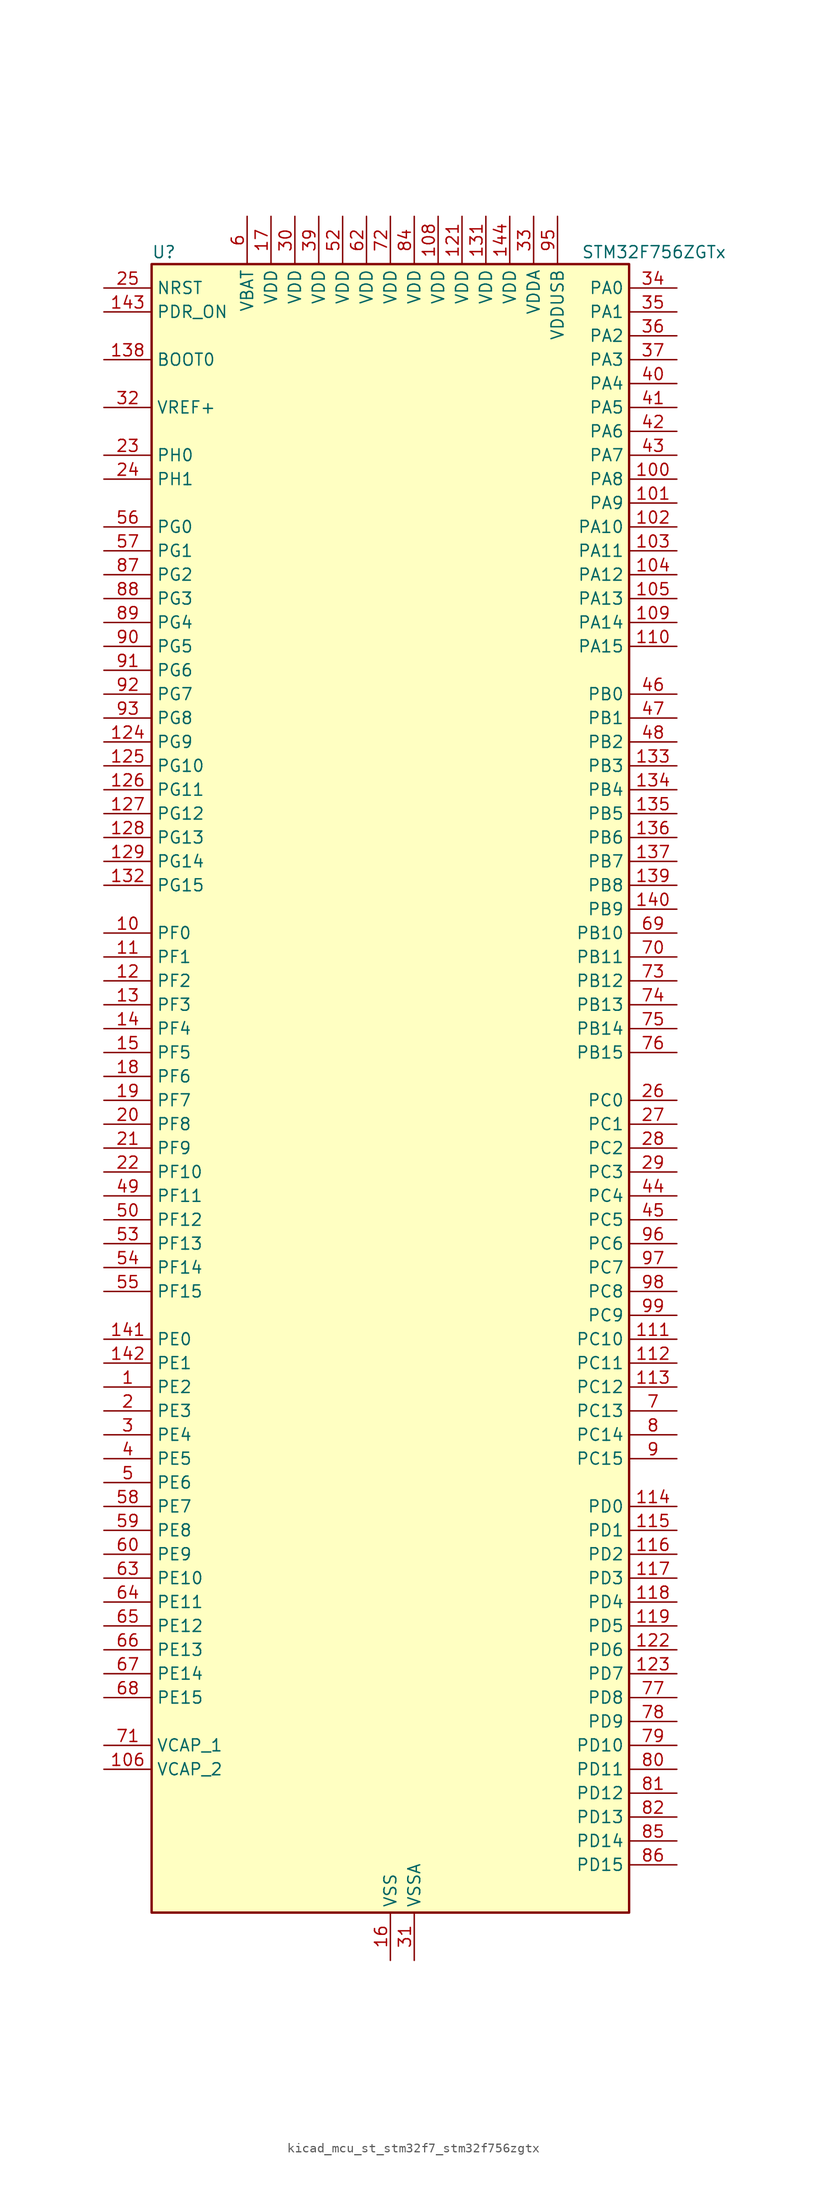
<source format=kicad_sym>
(kicad_symbol_lib
  (version 20220914)
  (generator kicad_symbol_editor)
  (symbol "kicad_mcu_st_stm32f7_stm32f756zgtx"
    (property "Reference" "U"
      (at -25.4 90.17 0)
      (effects (font (size 1.27 1.27)) (justify left)))
    (property "Value" "STM32F756ZGTx"
      (at 20.32 90.17 0)
      (effects (font (size 1.27 1.27)) (justify left)))
    (property "ki_locked" ""
      (at 0 0 0)
      (effects (font (size 1.27 1.27))))
    (symbol "kicad_mcu_st_stm32f7_stm32f756zgtx_0_1"
      (rectangle (start -25.4 -86.36) (end 25.4 88.9) (stroke (width 0.254) (type default)) (fill (type background))))
    (symbol "kicad_mcu_st_stm32f7_stm32f756zgtx_1_1"
      (pin bidirectional line (at -30.48 -30.48 0) (length 5.08) (name "PE2" (effects (font (size 1.27 1.27)))) (number "1" (effects (font (size 1.27 1.27)))) (alternate "ETH_TXD3" bidirectional line) (alternate "FMC_A23" bidirectional line) (alternate "QUADSPI_BK1_IO2" bidirectional line) (alternate "SAI1_MCLK_A" bidirectional line) (alternate "SPI4_SCK" bidirectional line) (alternate "SYS_TRACECLK" bidirectional line))
      (pin bidirectional line (at -30.48 17.78 0) (length 5.08) (name "PF0" (effects (font (size 1.27 1.27)))) (number "10" (effects (font (size 1.27 1.27)))) (alternate "FMC_A0" bidirectional line) (alternate "I2C2_SDA" bidirectional line))
      (pin bidirectional line (at 30.48 66.04 180) (length 5.08) (name "PA8" (effects (font (size 1.27 1.27)))) (number "100" (effects (font (size 1.27 1.27)))) (alternate "I2C3_SCL" bidirectional line) (alternate "LTDC_R6" bidirectional line) (alternate "RCC_MCO_1" bidirectional line) (alternate "TIM1_CH1" bidirectional line) (alternate "TIM8_BKIN2" bidirectional line) (alternate "USART1_CK" bidirectional line) (alternate "USB_OTG_FS_SOF" bidirectional line))
      (pin bidirectional line (at 30.48 63.5 180) (length 5.08) (name "PA9" (effects (font (size 1.27 1.27)))) (number "101" (effects (font (size 1.27 1.27)))) (alternate "DAC_EXTI9" bidirectional line) (alternate "DCMI_D0" bidirectional line) (alternate "I2C3_SMBA" bidirectional line) (alternate "I2S2_CK" bidirectional line) (alternate "SPI2_SCK" bidirectional line) (alternate "TIM1_CH2" bidirectional line) (alternate "USART1_TX" bidirectional line) (alternate "USB_OTG_FS_VBUS" bidirectional line))
      (pin bidirectional line (at 30.48 60.96 180) (length 5.08) (name "PA10" (effects (font (size 1.27 1.27)))) (number "102" (effects (font (size 1.27 1.27)))) (alternate "DCMI_D1" bidirectional line) (alternate "TIM1_CH3" bidirectional line) (alternate "USART1_RX" bidirectional line) (alternate "USB_OTG_FS_ID" bidirectional line))
      (pin bidirectional line (at 30.48 58.42 180) (length 5.08) (name "PA11" (effects (font (size 1.27 1.27)))) (number "103" (effects (font (size 1.27 1.27)))) (alternate "ADC1_EXTI11" bidirectional line) (alternate "ADC2_EXTI11" bidirectional line) (alternate "ADC3_EXTI11" bidirectional line) (alternate "CAN1_RX" bidirectional line) (alternate "LTDC_R4" bidirectional line) (alternate "TIM1_CH4" bidirectional line) (alternate "USART1_CTS" bidirectional line) (alternate "USB_OTG_FS_DM" bidirectional line))
      (pin bidirectional line (at 30.48 55.88 180) (length 5.08) (name "PA12" (effects (font (size 1.27 1.27)))) (number "104" (effects (font (size 1.27 1.27)))) (alternate "CAN1_TX" bidirectional line) (alternate "LTDC_R5" bidirectional line) (alternate "SAI2_FS_B" bidirectional line) (alternate "TIM1_ETR" bidirectional line) (alternate "USART1_DE" bidirectional line) (alternate "USART1_RTS" bidirectional line) (alternate "USB_OTG_FS_DP" bidirectional line))
      (pin bidirectional line (at 30.48 53.34 180) (length 5.08) (name "PA13" (effects (font (size 1.27 1.27)))) (number "105" (effects (font (size 1.27 1.27)))) (alternate "SYS_JTMS-SWDIO" bidirectional line))
      (pin power_out line (at -30.48 -71.12 0) (length 5.08) (name "VCAP_2" (effects (font (size 1.27 1.27)))) (number "106" (effects (font (size 1.27 1.27)))))
      (pin passive line (at 0 -91.44 90) (length 5.08) hide (name "VSS" (effects (font (size 1.27 1.27)))) (number "107" (effects (font (size 1.27 1.27)))))
      (pin power_in line (at 5.08 93.98 270) (length 5.08) (name "VDD" (effects (font (size 1.27 1.27)))) (number "108" (effects (font (size 1.27 1.27)))))
      (pin bidirectional line (at 30.48 50.8 180) (length 5.08) (name "PA14" (effects (font (size 1.27 1.27)))) (number "109" (effects (font (size 1.27 1.27)))) (alternate "SYS_JTCK-SWCLK" bidirectional line))
      (pin bidirectional line (at -30.48 15.24 0) (length 5.08) (name "PF1" (effects (font (size 1.27 1.27)))) (number "11" (effects (font (size 1.27 1.27)))) (alternate "FMC_A1" bidirectional line) (alternate "I2C2_SCL" bidirectional line))
      (pin bidirectional line (at 30.48 48.26 180) (length 5.08) (name "PA15" (effects (font (size 1.27 1.27)))) (number "110" (effects (font (size 1.27 1.27)))) (alternate "CEC" bidirectional line) (alternate "I2S1_WS" bidirectional line) (alternate "I2S3_WS" bidirectional line) (alternate "SPI1_NSS" bidirectional line) (alternate "SPI3_NSS" bidirectional line) (alternate "SYS_JTDI" bidirectional line) (alternate "TIM2_CH1" bidirectional line) (alternate "TIM2_ETR" bidirectional line) (alternate "UART4_DE" bidirectional line) (alternate "UART4_RTS" bidirectional line))
      (pin bidirectional line (at 30.48 -25.4 180) (length 5.08) (name "PC10" (effects (font (size 1.27 1.27)))) (number "111" (effects (font (size 1.27 1.27)))) (alternate "DCMI_D8" bidirectional line) (alternate "I2S3_CK" bidirectional line) (alternate "LTDC_R2" bidirectional line) (alternate "QUADSPI_BK1_IO1" bidirectional line) (alternate "SDMMC1_D2" bidirectional line) (alternate "SPI3_SCK" bidirectional line) (alternate "UART4_TX" bidirectional line) (alternate "USART3_TX" bidirectional line))
      (pin bidirectional line (at 30.48 -27.94 180) (length 5.08) (name "PC11" (effects (font (size 1.27 1.27)))) (number "112" (effects (font (size 1.27 1.27)))) (alternate "ADC1_EXTI11" bidirectional line) (alternate "ADC2_EXTI11" bidirectional line) (alternate "ADC3_EXTI11" bidirectional line) (alternate "DCMI_D4" bidirectional line) (alternate "QUADSPI_BK2_NCS" bidirectional line) (alternate "SDMMC1_D3" bidirectional line) (alternate "SPI3_MISO" bidirectional line) (alternate "UART4_RX" bidirectional line) (alternate "USART3_RX" bidirectional line))
      (pin bidirectional line (at 30.48 -30.48 180) (length 5.08) (name "PC12" (effects (font (size 1.27 1.27)))) (number "113" (effects (font (size 1.27 1.27)))) (alternate "DCMI_D9" bidirectional line) (alternate "I2S3_SD" bidirectional line) (alternate "SDMMC1_CK" bidirectional line) (alternate "SPI3_MOSI" bidirectional line) (alternate "SYS_TRACED3" bidirectional line) (alternate "UART5_TX" bidirectional line) (alternate "USART3_CK" bidirectional line))
      (pin bidirectional line (at 30.48 -43.18 180) (length 5.08) (name "PD0" (effects (font (size 1.27 1.27)))) (number "114" (effects (font (size 1.27 1.27)))) (alternate "CAN1_RX" bidirectional line) (alternate "FMC_D2" bidirectional line) (alternate "FMC_DA2" bidirectional line))
      (pin bidirectional line (at 30.48 -45.72 180) (length 5.08) (name "PD1" (effects (font (size 1.27 1.27)))) (number "115" (effects (font (size 1.27 1.27)))) (alternate "CAN1_TX" bidirectional line) (alternate "FMC_D3" bidirectional line) (alternate "FMC_DA3" bidirectional line))
      (pin bidirectional line (at 30.48 -48.26 180) (length 5.08) (name "PD2" (effects (font (size 1.27 1.27)))) (number "116" (effects (font (size 1.27 1.27)))) (alternate "DCMI_D11" bidirectional line) (alternate "SDMMC1_CMD" bidirectional line) (alternate "SYS_TRACED2" bidirectional line) (alternate "TIM3_ETR" bidirectional line) (alternate "UART5_RX" bidirectional line))
      (pin bidirectional line (at 30.48 -50.8 180) (length 5.08) (name "PD3" (effects (font (size 1.27 1.27)))) (number "117" (effects (font (size 1.27 1.27)))) (alternate "DCMI_D5" bidirectional line) (alternate "FMC_CLK" bidirectional line) (alternate "I2S2_CK" bidirectional line) (alternate "LTDC_G7" bidirectional line) (alternate "SPI2_SCK" bidirectional line) (alternate "USART2_CTS" bidirectional line))
      (pin bidirectional line (at 30.48 -53.34 180) (length 5.08) (name "PD4" (effects (font (size 1.27 1.27)))) (number "118" (effects (font (size 1.27 1.27)))) (alternate "FMC_NOE" bidirectional line) (alternate "USART2_DE" bidirectional line) (alternate "USART2_RTS" bidirectional line))
      (pin bidirectional line (at 30.48 -55.88 180) (length 5.08) (name "PD5" (effects (font (size 1.27 1.27)))) (number "119" (effects (font (size 1.27 1.27)))) (alternate "FMC_NWE" bidirectional line) (alternate "USART2_TX" bidirectional line))
      (pin bidirectional line (at -30.48 12.7 0) (length 5.08) (name "PF2" (effects (font (size 1.27 1.27)))) (number "12" (effects (font (size 1.27 1.27)))) (alternate "FMC_A2" bidirectional line) (alternate "I2C2_SMBA" bidirectional line))
      (pin passive line (at 0 -91.44 90) (length 5.08) hide (name "VSS" (effects (font (size 1.27 1.27)))) (number "120" (effects (font (size 1.27 1.27)))))
      (pin power_in line (at 7.62 93.98 270) (length 5.08) (name "VDD" (effects (font (size 1.27 1.27)))) (number "121" (effects (font (size 1.27 1.27)))))
      (pin bidirectional line (at 30.48 -58.42 180) (length 5.08) (name "PD6" (effects (font (size 1.27 1.27)))) (number "122" (effects (font (size 1.27 1.27)))) (alternate "DCMI_D10" bidirectional line) (alternate "FMC_NWAIT" bidirectional line) (alternate "I2S3_SD" bidirectional line) (alternate "LTDC_B2" bidirectional line) (alternate "SAI1_SD_A" bidirectional line) (alternate "SPI3_MOSI" bidirectional line) (alternate "USART2_RX" bidirectional line))
      (pin bidirectional line (at 30.48 -60.96 180) (length 5.08) (name "PD7" (effects (font (size 1.27 1.27)))) (number "123" (effects (font (size 1.27 1.27)))) (alternate "FMC_NE1" bidirectional line) (alternate "SPDIFRX_IN0" bidirectional line) (alternate "USART2_CK" bidirectional line))
      (pin bidirectional line (at -30.48 38.1 0) (length 5.08) (name "PG9" (effects (font (size 1.27 1.27)))) (number "124" (effects (font (size 1.27 1.27)))) (alternate "DAC_EXTI9" bidirectional line) (alternate "DCMI_VSYNC" bidirectional line) (alternate "FMC_NCE" bidirectional line) (alternate "FMC_NE2" bidirectional line) (alternate "QUADSPI_BK2_IO2" bidirectional line) (alternate "SAI2_FS_B" bidirectional line) (alternate "SPDIFRX_IN3" bidirectional line) (alternate "USART6_RX" bidirectional line))
      (pin bidirectional line (at -30.48 35.56 0) (length 5.08) (name "PG10" (effects (font (size 1.27 1.27)))) (number "125" (effects (font (size 1.27 1.27)))) (alternate "DCMI_D2" bidirectional line) (alternate "FMC_NE3" bidirectional line) (alternate "LTDC_B2" bidirectional line) (alternate "LTDC_G3" bidirectional line) (alternate "SAI2_SD_B" bidirectional line))
      (pin bidirectional line (at -30.48 33.02 0) (length 5.08) (name "PG11" (effects (font (size 1.27 1.27)))) (number "126" (effects (font (size 1.27 1.27)))) (alternate "ADC1_EXTI11" bidirectional line) (alternate "ADC2_EXTI11" bidirectional line) (alternate "ADC3_EXTI11" bidirectional line) (alternate "DCMI_D3" bidirectional line) (alternate "ETH_TX_EN" bidirectional line) (alternate "LTDC_B3" bidirectional line) (alternate "SPDIFRX_IN0" bidirectional line))
      (pin bidirectional line (at -30.48 30.48 0) (length 5.08) (name "PG12" (effects (font (size 1.27 1.27)))) (number "127" (effects (font (size 1.27 1.27)))) (alternate "FMC_NE4" bidirectional line) (alternate "LPTIM1_IN1" bidirectional line) (alternate "LTDC_B1" bidirectional line) (alternate "LTDC_B4" bidirectional line) (alternate "SPDIFRX_IN1" bidirectional line) (alternate "SPI6_MISO" bidirectional line) (alternate "USART6_DE" bidirectional line) (alternate "USART6_RTS" bidirectional line))
      (pin bidirectional line (at -30.48 27.94 0) (length 5.08) (name "PG13" (effects (font (size 1.27 1.27)))) (number "128" (effects (font (size 1.27 1.27)))) (alternate "ETH_TXD0" bidirectional line) (alternate "FMC_A24" bidirectional line) (alternate "LPTIM1_OUT" bidirectional line) (alternate "LTDC_R0" bidirectional line) (alternate "SPI6_SCK" bidirectional line) (alternate "SYS_TRACED0" bidirectional line) (alternate "USART6_CTS" bidirectional line))
      (pin bidirectional line (at -30.48 25.4 0) (length 5.08) (name "PG14" (effects (font (size 1.27 1.27)))) (number "129" (effects (font (size 1.27 1.27)))) (alternate "ETH_TXD1" bidirectional line) (alternate "FMC_A25" bidirectional line) (alternate "LPTIM1_ETR" bidirectional line) (alternate "LTDC_B0" bidirectional line) (alternate "QUADSPI_BK2_IO3" bidirectional line) (alternate "SPI6_MOSI" bidirectional line) (alternate "SYS_TRACED1" bidirectional line) (alternate "USART6_TX" bidirectional line))
      (pin bidirectional line (at -30.48 10.16 0) (length 5.08) (name "PF3" (effects (font (size 1.27 1.27)))) (number "13" (effects (font (size 1.27 1.27)))) (alternate "ADC3_IN9" bidirectional line) (alternate "FMC_A3" bidirectional line))
      (pin passive line (at 0 -91.44 90) (length 5.08) hide (name "VSS" (effects (font (size 1.27 1.27)))) (number "130" (effects (font (size 1.27 1.27)))))
      (pin power_in line (at 10.16 93.98 270) (length 5.08) (name "VDD" (effects (font (size 1.27 1.27)))) (number "131" (effects (font (size 1.27 1.27)))))
      (pin bidirectional line (at -30.48 22.86 0) (length 5.08) (name "PG15" (effects (font (size 1.27 1.27)))) (number "132" (effects (font (size 1.27 1.27)))) (alternate "DCMI_D13" bidirectional line) (alternate "FMC_SDNCAS" bidirectional line) (alternate "USART6_CTS" bidirectional line))
      (pin bidirectional line (at 30.48 35.56 180) (length 5.08) (name "PB3" (effects (font (size 1.27 1.27)))) (number "133" (effects (font (size 1.27 1.27)))) (alternate "I2S1_CK" bidirectional line) (alternate "I2S3_CK" bidirectional line) (alternate "SPI1_SCK" bidirectional line) (alternate "SPI3_SCK" bidirectional line) (alternate "SYS_JTDO-SWO" bidirectional line) (alternate "TIM2_CH2" bidirectional line))
      (pin bidirectional line (at 30.48 33.02 180) (length 5.08) (name "PB4" (effects (font (size 1.27 1.27)))) (number "134" (effects (font (size 1.27 1.27)))) (alternate "I2S2_WS" bidirectional line) (alternate "SPI1_MISO" bidirectional line) (alternate "SPI2_NSS" bidirectional line) (alternate "SPI3_MISO" bidirectional line) (alternate "SYS_JTRST" bidirectional line) (alternate "TIM3_CH1" bidirectional line))
      (pin bidirectional line (at 30.48 30.48 180) (length 5.08) (name "PB5" (effects (font (size 1.27 1.27)))) (number "135" (effects (font (size 1.27 1.27)))) (alternate "CAN2_RX" bidirectional line) (alternate "DCMI_D10" bidirectional line) (alternate "ETH_PPS_OUT" bidirectional line) (alternate "FMC_SDCKE1" bidirectional line) (alternate "I2C1_SMBA" bidirectional line) (alternate "I2S1_SD" bidirectional line) (alternate "I2S3_SD" bidirectional line) (alternate "SPI1_MOSI" bidirectional line) (alternate "SPI3_MOSI" bidirectional line) (alternate "TIM3_CH2" bidirectional line) (alternate "USB_OTG_HS_ULPI_D7" bidirectional line))
      (pin bidirectional line (at 30.48 27.94 180) (length 5.08) (name "PB6" (effects (font (size 1.27 1.27)))) (number "136" (effects (font (size 1.27 1.27)))) (alternate "CAN2_TX" bidirectional line) (alternate "CEC" bidirectional line) (alternate "DCMI_D5" bidirectional line) (alternate "FMC_SDNE1" bidirectional line) (alternate "I2C1_SCL" bidirectional line) (alternate "QUADSPI_BK1_NCS" bidirectional line) (alternate "TIM4_CH1" bidirectional line) (alternate "USART1_TX" bidirectional line))
      (pin bidirectional line (at 30.48 25.4 180) (length 5.08) (name "PB7" (effects (font (size 1.27 1.27)))) (number "137" (effects (font (size 1.27 1.27)))) (alternate "DCMI_VSYNC" bidirectional line) (alternate "FMC_NL" bidirectional line) (alternate "I2C1_SDA" bidirectional line) (alternate "TIM4_CH2" bidirectional line) (alternate "USART1_RX" bidirectional line))
      (pin input line (at -30.48 78.74 0) (length 5.08) (name "BOOT0" (effects (font (size 1.27 1.27)))) (number "138" (effects (font (size 1.27 1.27)))))
      (pin bidirectional line (at 30.48 22.86 180) (length 5.08) (name "PB8" (effects (font (size 1.27 1.27)))) (number "139" (effects (font (size 1.27 1.27)))) (alternate "CAN1_RX" bidirectional line) (alternate "DCMI_D6" bidirectional line) (alternate "ETH_TXD3" bidirectional line) (alternate "I2C1_SCL" bidirectional line) (alternate "LTDC_B6" bidirectional line) (alternate "SDMMC1_D4" bidirectional line) (alternate "TIM10_CH1" bidirectional line) (alternate "TIM4_CH3" bidirectional line))
      (pin bidirectional line (at -30.48 7.62 0) (length 5.08) (name "PF4" (effects (font (size 1.27 1.27)))) (number "14" (effects (font (size 1.27 1.27)))) (alternate "ADC3_IN14" bidirectional line) (alternate "FMC_A4" bidirectional line))
      (pin bidirectional line (at 30.48 20.32 180) (length 5.08) (name "PB9" (effects (font (size 1.27 1.27)))) (number "140" (effects (font (size 1.27 1.27)))) (alternate "CAN1_TX" bidirectional line) (alternate "DAC_EXTI9" bidirectional line) (alternate "DCMI_D7" bidirectional line) (alternate "I2C1_SDA" bidirectional line) (alternate "I2S2_WS" bidirectional line) (alternate "LTDC_B7" bidirectional line) (alternate "SDMMC1_D5" bidirectional line) (alternate "SPI2_NSS" bidirectional line) (alternate "TIM11_CH1" bidirectional line) (alternate "TIM4_CH4" bidirectional line))
      (pin bidirectional line (at -30.48 -25.4 0) (length 5.08) (name "PE0" (effects (font (size 1.27 1.27)))) (number "141" (effects (font (size 1.27 1.27)))) (alternate "DCMI_D2" bidirectional line) (alternate "FMC_NBL0" bidirectional line) (alternate "LPTIM1_ETR" bidirectional line) (alternate "SAI2_MCLK_A" bidirectional line) (alternate "TIM4_ETR" bidirectional line) (alternate "UART8_RX" bidirectional line))
      (pin bidirectional line (at -30.48 -27.94 0) (length 5.08) (name "PE1" (effects (font (size 1.27 1.27)))) (number "142" (effects (font (size 1.27 1.27)))) (alternate "DCMI_D3" bidirectional line) (alternate "FMC_NBL1" bidirectional line) (alternate "LPTIM1_IN2" bidirectional line) (alternate "UART8_TX" bidirectional line))
      (pin input line (at -30.48 83.82 0) (length 5.08) (name "PDR_ON" (effects (font (size 1.27 1.27)))) (number "143" (effects (font (size 1.27 1.27)))))
      (pin power_in line (at 12.7 93.98 270) (length 5.08) (name "VDD" (effects (font (size 1.27 1.27)))) (number "144" (effects (font (size 1.27 1.27)))))
      (pin bidirectional line (at -30.48 5.08 0) (length 5.08) (name "PF5" (effects (font (size 1.27 1.27)))) (number "15" (effects (font (size 1.27 1.27)))) (alternate "ADC3_IN15" bidirectional line) (alternate "FMC_A5" bidirectional line))
      (pin power_in line (at 0 -91.44 90) (length 5.08) (name "VSS" (effects (font (size 1.27 1.27)))) (number "16" (effects (font (size 1.27 1.27)))))
      (pin power_in line (at -12.7 93.98 270) (length 5.08) (name "VDD" (effects (font (size 1.27 1.27)))) (number "17" (effects (font (size 1.27 1.27)))))
      (pin bidirectional line (at -30.48 2.54 0) (length 5.08) (name "PF6" (effects (font (size 1.27 1.27)))) (number "18" (effects (font (size 1.27 1.27)))) (alternate "ADC3_IN4" bidirectional line) (alternate "QUADSPI_BK1_IO3" bidirectional line) (alternate "SAI1_SD_B" bidirectional line) (alternate "SPI5_NSS" bidirectional line) (alternate "TIM10_CH1" bidirectional line) (alternate "UART7_RX" bidirectional line))
      (pin bidirectional line (at -30.48 0 0) (length 5.08) (name "PF7" (effects (font (size 1.27 1.27)))) (number "19" (effects (font (size 1.27 1.27)))) (alternate "ADC3_IN5" bidirectional line) (alternate "QUADSPI_BK1_IO2" bidirectional line) (alternate "SAI1_MCLK_B" bidirectional line) (alternate "SPI5_SCK" bidirectional line) (alternate "TIM11_CH1" bidirectional line) (alternate "UART7_TX" bidirectional line))
      (pin bidirectional line (at -30.48 -33.02 0) (length 5.08) (name "PE3" (effects (font (size 1.27 1.27)))) (number "2" (effects (font (size 1.27 1.27)))) (alternate "FMC_A19" bidirectional line) (alternate "SAI1_SD_B" bidirectional line) (alternate "SYS_TRACED0" bidirectional line))
      (pin bidirectional line (at -30.48 -2.54 0) (length 5.08) (name "PF8" (effects (font (size 1.27 1.27)))) (number "20" (effects (font (size 1.27 1.27)))) (alternate "ADC3_IN6" bidirectional line) (alternate "QUADSPI_BK1_IO0" bidirectional line) (alternate "SAI1_SCK_B" bidirectional line) (alternate "SPI5_MISO" bidirectional line) (alternate "TIM13_CH1" bidirectional line) (alternate "UART7_DE" bidirectional line) (alternate "UART7_RTS" bidirectional line))
      (pin bidirectional line (at -30.48 -5.08 0) (length 5.08) (name "PF9" (effects (font (size 1.27 1.27)))) (number "21" (effects (font (size 1.27 1.27)))) (alternate "ADC3_IN7" bidirectional line) (alternate "DAC_EXTI9" bidirectional line) (alternate "QUADSPI_BK1_IO1" bidirectional line) (alternate "SAI1_FS_B" bidirectional line) (alternate "SPI5_MOSI" bidirectional line) (alternate "TIM14_CH1" bidirectional line) (alternate "UART7_CTS" bidirectional line))
      (pin bidirectional line (at -30.48 -7.62 0) (length 5.08) (name "PF10" (effects (font (size 1.27 1.27)))) (number "22" (effects (font (size 1.27 1.27)))) (alternate "ADC3_IN8" bidirectional line) (alternate "DCMI_D11" bidirectional line) (alternate "LTDC_DE" bidirectional line))
      (pin bidirectional line (at -30.48 68.58 0) (length 5.08) (name "PH0" (effects (font (size 1.27 1.27)))) (number "23" (effects (font (size 1.27 1.27)))) (alternate "RCC_OSC_IN" bidirectional line))
      (pin bidirectional line (at -30.48 66.04 0) (length 5.08) (name "PH1" (effects (font (size 1.27 1.27)))) (number "24" (effects (font (size 1.27 1.27)))) (alternate "RCC_OSC_OUT" bidirectional line))
      (pin input line (at -30.48 86.36 0) (length 5.08) (name "NRST" (effects (font (size 1.27 1.27)))) (number "25" (effects (font (size 1.27 1.27)))))
      (pin bidirectional line (at 30.48 0 180) (length 5.08) (name "PC0" (effects (font (size 1.27 1.27)))) (number "26" (effects (font (size 1.27 1.27)))) (alternate "ADC1_IN10" bidirectional line) (alternate "ADC2_IN10" bidirectional line) (alternate "ADC3_IN10" bidirectional line) (alternate "FMC_SDNWE" bidirectional line) (alternate "LTDC_R5" bidirectional line) (alternate "SAI2_FS_B" bidirectional line) (alternate "USB_OTG_HS_ULPI_STP" bidirectional line))
      (pin bidirectional line (at 30.48 -2.54 180) (length 5.08) (name "PC1" (effects (font (size 1.27 1.27)))) (number "27" (effects (font (size 1.27 1.27)))) (alternate "ADC1_IN11" bidirectional line) (alternate "ADC2_IN11" bidirectional line) (alternate "ADC3_IN11" bidirectional line) (alternate "ETH_MDC" bidirectional line) (alternate "I2S2_SD" bidirectional line) (alternate "RTC_TAMP3" bidirectional line) (alternate "RTC_TS" bidirectional line) (alternate "SAI1_SD_A" bidirectional line) (alternate "SPI2_MOSI" bidirectional line) (alternate "SYS_TRACED0" bidirectional line) (alternate "SYS_WKUP3" bidirectional line))
      (pin bidirectional line (at 30.48 -5.08 180) (length 5.08) (name "PC2" (effects (font (size 1.27 1.27)))) (number "28" (effects (font (size 1.27 1.27)))) (alternate "ADC1_IN12" bidirectional line) (alternate "ADC2_IN12" bidirectional line) (alternate "ADC3_IN12" bidirectional line) (alternate "ETH_TXD2" bidirectional line) (alternate "FMC_SDNE0" bidirectional line) (alternate "SPI2_MISO" bidirectional line) (alternate "USB_OTG_HS_ULPI_DIR" bidirectional line))
      (pin bidirectional line (at 30.48 -7.62 180) (length 5.08) (name "PC3" (effects (font (size 1.27 1.27)))) (number "29" (effects (font (size 1.27 1.27)))) (alternate "ADC1_IN13" bidirectional line) (alternate "ADC2_IN13" bidirectional line) (alternate "ADC3_IN13" bidirectional line) (alternate "ETH_TX_CLK" bidirectional line) (alternate "FMC_SDCKE0" bidirectional line) (alternate "I2S2_SD" bidirectional line) (alternate "SPI2_MOSI" bidirectional line) (alternate "USB_OTG_HS_ULPI_NXT" bidirectional line))
      (pin bidirectional line (at -30.48 -35.56 0) (length 5.08) (name "PE4" (effects (font (size 1.27 1.27)))) (number "3" (effects (font (size 1.27 1.27)))) (alternate "DCMI_D4" bidirectional line) (alternate "FMC_A20" bidirectional line) (alternate "LTDC_B0" bidirectional line) (alternate "SAI1_FS_A" bidirectional line) (alternate "SPI4_NSS" bidirectional line) (alternate "SYS_TRACED1" bidirectional line))
      (pin power_in line (at -10.16 93.98 270) (length 5.08) (name "VDD" (effects (font (size 1.27 1.27)))) (number "30" (effects (font (size 1.27 1.27)))))
      (pin power_in line (at 2.54 -91.44 90) (length 5.08) (name "VSSA" (effects (font (size 1.27 1.27)))) (number "31" (effects (font (size 1.27 1.27)))))
      (pin input line (at -30.48 73.66 0) (length 5.08) (name "VREF+" (effects (font (size 1.27 1.27)))) (number "32" (effects (font (size 1.27 1.27)))))
      (pin power_in line (at 15.24 93.98 270) (length 5.08) (name "VDDA" (effects (font (size 1.27 1.27)))) (number "33" (effects (font (size 1.27 1.27)))))
      (pin bidirectional line (at 30.48 86.36 180) (length 5.08) (name "PA0" (effects (font (size 1.27 1.27)))) (number "34" (effects (font (size 1.27 1.27)))) (alternate "ADC1_IN0" bidirectional line) (alternate "ADC2_IN0" bidirectional line) (alternate "ADC3_IN0" bidirectional line) (alternate "ETH_CRS" bidirectional line) (alternate "SAI2_SD_B" bidirectional line) (alternate "SYS_WKUP1" bidirectional line) (alternate "TIM2_CH1" bidirectional line) (alternate "TIM2_ETR" bidirectional line) (alternate "TIM5_CH1" bidirectional line) (alternate "TIM8_ETR" bidirectional line) (alternate "UART4_TX" bidirectional line) (alternate "USART2_CTS" bidirectional line))
      (pin bidirectional line (at 30.48 83.82 180) (length 5.08) (name "PA1" (effects (font (size 1.27 1.27)))) (number "35" (effects (font (size 1.27 1.27)))) (alternate "ADC1_IN1" bidirectional line) (alternate "ADC2_IN1" bidirectional line) (alternate "ADC3_IN1" bidirectional line) (alternate "ETH_REF_CLK" bidirectional line) (alternate "ETH_RX_CLK" bidirectional line) (alternate "LTDC_R2" bidirectional line) (alternate "QUADSPI_BK1_IO3" bidirectional line) (alternate "SAI2_MCLK_B" bidirectional line) (alternate "TIM2_CH2" bidirectional line) (alternate "TIM5_CH2" bidirectional line) (alternate "UART4_RX" bidirectional line) (alternate "USART2_DE" bidirectional line) (alternate "USART2_RTS" bidirectional line))
      (pin bidirectional line (at 30.48 81.28 180) (length 5.08) (name "PA2" (effects (font (size 1.27 1.27)))) (number "36" (effects (font (size 1.27 1.27)))) (alternate "ADC1_IN2" bidirectional line) (alternate "ADC2_IN2" bidirectional line) (alternate "ADC3_IN2" bidirectional line) (alternate "ETH_MDIO" bidirectional line) (alternate "LTDC_R1" bidirectional line) (alternate "SAI2_SCK_B" bidirectional line) (alternate "SYS_WKUP2" bidirectional line) (alternate "TIM2_CH3" bidirectional line) (alternate "TIM5_CH3" bidirectional line) (alternate "TIM9_CH1" bidirectional line) (alternate "USART2_TX" bidirectional line))
      (pin bidirectional line (at 30.48 78.74 180) (length 5.08) (name "PA3" (effects (font (size 1.27 1.27)))) (number "37" (effects (font (size 1.27 1.27)))) (alternate "ADC1_IN3" bidirectional line) (alternate "ADC2_IN3" bidirectional line) (alternate "ADC3_IN3" bidirectional line) (alternate "ETH_COL" bidirectional line) (alternate "LTDC_B5" bidirectional line) (alternate "TIM2_CH4" bidirectional line) (alternate "TIM5_CH4" bidirectional line) (alternate "TIM9_CH2" bidirectional line) (alternate "USART2_RX" bidirectional line) (alternate "USB_OTG_HS_ULPI_D0" bidirectional line))
      (pin passive line (at 0 -91.44 90) (length 5.08) hide (name "VSS" (effects (font (size 1.27 1.27)))) (number "38" (effects (font (size 1.27 1.27)))))
      (pin power_in line (at -7.62 93.98 270) (length 5.08) (name "VDD" (effects (font (size 1.27 1.27)))) (number "39" (effects (font (size 1.27 1.27)))))
      (pin bidirectional line (at -30.48 -38.1 0) (length 5.08) (name "PE5" (effects (font (size 1.27 1.27)))) (number "4" (effects (font (size 1.27 1.27)))) (alternate "DCMI_D6" bidirectional line) (alternate "FMC_A21" bidirectional line) (alternate "LTDC_G0" bidirectional line) (alternate "SAI1_SCK_A" bidirectional line) (alternate "SPI4_MISO" bidirectional line) (alternate "SYS_TRACED2" bidirectional line) (alternate "TIM9_CH1" bidirectional line))
      (pin bidirectional line (at 30.48 76.2 180) (length 5.08) (name "PA4" (effects (font (size 1.27 1.27)))) (number "40" (effects (font (size 1.27 1.27)))) (alternate "ADC1_IN4" bidirectional line) (alternate "ADC2_IN4" bidirectional line) (alternate "DAC_OUT1" bidirectional line) (alternate "DCMI_HSYNC" bidirectional line) (alternate "I2S1_WS" bidirectional line) (alternate "I2S3_WS" bidirectional line) (alternate "LTDC_VSYNC" bidirectional line) (alternate "SPI1_NSS" bidirectional line) (alternate "SPI3_NSS" bidirectional line) (alternate "USART2_CK" bidirectional line) (alternate "USB_OTG_HS_SOF" bidirectional line))
      (pin bidirectional line (at 30.48 73.66 180) (length 5.08) (name "PA5" (effects (font (size 1.27 1.27)))) (number "41" (effects (font (size 1.27 1.27)))) (alternate "ADC1_IN5" bidirectional line) (alternate "ADC2_IN5" bidirectional line) (alternate "DAC_OUT2" bidirectional line) (alternate "I2S1_CK" bidirectional line) (alternate "LTDC_R4" bidirectional line) (alternate "SPI1_SCK" bidirectional line) (alternate "TIM2_CH1" bidirectional line) (alternate "TIM2_ETR" bidirectional line) (alternate "TIM8_CH1N" bidirectional line) (alternate "USB_OTG_HS_ULPI_CK" bidirectional line))
      (pin bidirectional line (at 30.48 71.12 180) (length 5.08) (name "PA6" (effects (font (size 1.27 1.27)))) (number "42" (effects (font (size 1.27 1.27)))) (alternate "ADC1_IN6" bidirectional line) (alternate "ADC2_IN6" bidirectional line) (alternate "DCMI_PIXCLK" bidirectional line) (alternate "LTDC_G2" bidirectional line) (alternate "SPI1_MISO" bidirectional line) (alternate "TIM13_CH1" bidirectional line) (alternate "TIM1_BKIN" bidirectional line) (alternate "TIM3_CH1" bidirectional line) (alternate "TIM8_BKIN" bidirectional line))
      (pin bidirectional line (at 30.48 68.58 180) (length 5.08) (name "PA7" (effects (font (size 1.27 1.27)))) (number "43" (effects (font (size 1.27 1.27)))) (alternate "ADC1_IN7" bidirectional line) (alternate "ADC2_IN7" bidirectional line) (alternate "ETH_CRS_DV" bidirectional line) (alternate "ETH_RX_DV" bidirectional line) (alternate "FMC_SDNWE" bidirectional line) (alternate "I2S1_SD" bidirectional line) (alternate "SPI1_MOSI" bidirectional line) (alternate "TIM14_CH1" bidirectional line) (alternate "TIM1_CH1N" bidirectional line) (alternate "TIM3_CH2" bidirectional line) (alternate "TIM8_CH1N" bidirectional line))
      (pin bidirectional line (at 30.48 -10.16 180) (length 5.08) (name "PC4" (effects (font (size 1.27 1.27)))) (number "44" (effects (font (size 1.27 1.27)))) (alternate "ADC1_IN14" bidirectional line) (alternate "ADC2_IN14" bidirectional line) (alternate "ETH_RXD0" bidirectional line) (alternate "FMC_SDNE0" bidirectional line) (alternate "I2S1_MCK" bidirectional line) (alternate "SPDIFRX_IN2" bidirectional line))
      (pin bidirectional line (at 30.48 -12.7 180) (length 5.08) (name "PC5" (effects (font (size 1.27 1.27)))) (number "45" (effects (font (size 1.27 1.27)))) (alternate "ADC1_IN15" bidirectional line) (alternate "ADC2_IN15" bidirectional line) (alternate "ETH_RXD1" bidirectional line) (alternate "FMC_SDCKE0" bidirectional line) (alternate "SPDIFRX_IN3" bidirectional line))
      (pin bidirectional line (at 30.48 43.18 180) (length 5.08) (name "PB0" (effects (font (size 1.27 1.27)))) (number "46" (effects (font (size 1.27 1.27)))) (alternate "ADC1_IN8" bidirectional line) (alternate "ADC2_IN8" bidirectional line) (alternate "ETH_RXD2" bidirectional line) (alternate "LTDC_R3" bidirectional line) (alternate "TIM1_CH2N" bidirectional line) (alternate "TIM3_CH3" bidirectional line) (alternate "TIM8_CH2N" bidirectional line) (alternate "UART4_CTS" bidirectional line) (alternate "USB_OTG_HS_ULPI_D1" bidirectional line))
      (pin bidirectional line (at 30.48 40.64 180) (length 5.08) (name "PB1" (effects (font (size 1.27 1.27)))) (number "47" (effects (font (size 1.27 1.27)))) (alternate "ADC1_IN9" bidirectional line) (alternate "ADC2_IN9" bidirectional line) (alternate "ETH_RXD3" bidirectional line) (alternate "LTDC_R6" bidirectional line) (alternate "TIM1_CH3N" bidirectional line) (alternate "TIM3_CH4" bidirectional line) (alternate "TIM8_CH3N" bidirectional line) (alternate "USB_OTG_HS_ULPI_D2" bidirectional line))
      (pin bidirectional line (at 30.48 38.1 180) (length 5.08) (name "PB2" (effects (font (size 1.27 1.27)))) (number "48" (effects (font (size 1.27 1.27)))) (alternate "I2S3_SD" bidirectional line) (alternate "QUADSPI_CLK" bidirectional line) (alternate "SAI1_SD_A" bidirectional line) (alternate "SPI3_MOSI" bidirectional line))
      (pin bidirectional line (at -30.48 -10.16 0) (length 5.08) (name "PF11" (effects (font (size 1.27 1.27)))) (number "49" (effects (font (size 1.27 1.27)))) (alternate "ADC1_EXTI11" bidirectional line) (alternate "ADC2_EXTI11" bidirectional line) (alternate "ADC3_EXTI11" bidirectional line) (alternate "DCMI_D12" bidirectional line) (alternate "FMC_SDNRAS" bidirectional line) (alternate "SAI2_SD_B" bidirectional line) (alternate "SPI5_MOSI" bidirectional line))
      (pin bidirectional line (at -30.48 -40.64 0) (length 5.08) (name "PE6" (effects (font (size 1.27 1.27)))) (number "5" (effects (font (size 1.27 1.27)))) (alternate "DCMI_D7" bidirectional line) (alternate "FMC_A22" bidirectional line) (alternate "LTDC_G1" bidirectional line) (alternate "SAI1_SD_A" bidirectional line) (alternate "SAI2_MCLK_B" bidirectional line) (alternate "SPI4_MOSI" bidirectional line) (alternate "SYS_TRACED3" bidirectional line) (alternate "TIM1_BKIN2" bidirectional line) (alternate "TIM9_CH2" bidirectional line))
      (pin bidirectional line (at -30.48 -12.7 0) (length 5.08) (name "PF12" (effects (font (size 1.27 1.27)))) (number "50" (effects (font (size 1.27 1.27)))) (alternate "FMC_A6" bidirectional line))
      (pin passive line (at 0 -91.44 90) (length 5.08) hide (name "VSS" (effects (font (size 1.27 1.27)))) (number "51" (effects (font (size 1.27 1.27)))))
      (pin power_in line (at -5.08 93.98 270) (length 5.08) (name "VDD" (effects (font (size 1.27 1.27)))) (number "52" (effects (font (size 1.27 1.27)))))
      (pin bidirectional line (at -30.48 -15.24 0) (length 5.08) (name "PF13" (effects (font (size 1.27 1.27)))) (number "53" (effects (font (size 1.27 1.27)))) (alternate "FMC_A7" bidirectional line) (alternate "I2C4_SMBA" bidirectional line))
      (pin bidirectional line (at -30.48 -17.78 0) (length 5.08) (name "PF14" (effects (font (size 1.27 1.27)))) (number "54" (effects (font (size 1.27 1.27)))) (alternate "FMC_A8" bidirectional line) (alternate "I2C4_SCL" bidirectional line))
      (pin bidirectional line (at -30.48 -20.32 0) (length 5.08) (name "PF15" (effects (font (size 1.27 1.27)))) (number "55" (effects (font (size 1.27 1.27)))) (alternate "FMC_A9" bidirectional line) (alternate "I2C4_SDA" bidirectional line))
      (pin bidirectional line (at -30.48 60.96 0) (length 5.08) (name "PG0" (effects (font (size 1.27 1.27)))) (number "56" (effects (font (size 1.27 1.27)))) (alternate "FMC_A10" bidirectional line))
      (pin bidirectional line (at -30.48 58.42 0) (length 5.08) (name "PG1" (effects (font (size 1.27 1.27)))) (number "57" (effects (font (size 1.27 1.27)))) (alternate "FMC_A11" bidirectional line))
      (pin bidirectional line (at -30.48 -43.18 0) (length 5.08) (name "PE7" (effects (font (size 1.27 1.27)))) (number "58" (effects (font (size 1.27 1.27)))) (alternate "FMC_D4" bidirectional line) (alternate "FMC_DA4" bidirectional line) (alternate "QUADSPI_BK2_IO0" bidirectional line) (alternate "TIM1_ETR" bidirectional line) (alternate "UART7_RX" bidirectional line))
      (pin bidirectional line (at -30.48 -45.72 0) (length 5.08) (name "PE8" (effects (font (size 1.27 1.27)))) (number "59" (effects (font (size 1.27 1.27)))) (alternate "FMC_D5" bidirectional line) (alternate "FMC_DA5" bidirectional line) (alternate "QUADSPI_BK2_IO1" bidirectional line) (alternate "TIM1_CH1N" bidirectional line) (alternate "UART7_TX" bidirectional line))
      (pin power_in line (at -15.24 93.98 270) (length 5.08) (name "VBAT" (effects (font (size 1.27 1.27)))) (number "6" (effects (font (size 1.27 1.27)))))
      (pin bidirectional line (at -30.48 -48.26 0) (length 5.08) (name "PE9" (effects (font (size 1.27 1.27)))) (number "60" (effects (font (size 1.27 1.27)))) (alternate "DAC_EXTI9" bidirectional line) (alternate "FMC_D6" bidirectional line) (alternate "FMC_DA6" bidirectional line) (alternate "QUADSPI_BK2_IO2" bidirectional line) (alternate "TIM1_CH1" bidirectional line) (alternate "UART7_DE" bidirectional line) (alternate "UART7_RTS" bidirectional line))
      (pin passive line (at 0 -91.44 90) (length 5.08) hide (name "VSS" (effects (font (size 1.27 1.27)))) (number "61" (effects (font (size 1.27 1.27)))))
      (pin power_in line (at -2.54 93.98 270) (length 5.08) (name "VDD" (effects (font (size 1.27 1.27)))) (number "62" (effects (font (size 1.27 1.27)))))
      (pin bidirectional line (at -30.48 -50.8 0) (length 5.08) (name "PE10" (effects (font (size 1.27 1.27)))) (number "63" (effects (font (size 1.27 1.27)))) (alternate "FMC_D7" bidirectional line) (alternate "FMC_DA7" bidirectional line) (alternate "QUADSPI_BK2_IO3" bidirectional line) (alternate "TIM1_CH2N" bidirectional line) (alternate "UART7_CTS" bidirectional line))
      (pin bidirectional line (at -30.48 -53.34 0) (length 5.08) (name "PE11" (effects (font (size 1.27 1.27)))) (number "64" (effects (font (size 1.27 1.27)))) (alternate "ADC1_EXTI11" bidirectional line) (alternate "ADC2_EXTI11" bidirectional line) (alternate "ADC3_EXTI11" bidirectional line) (alternate "FMC_D8" bidirectional line) (alternate "FMC_DA8" bidirectional line) (alternate "LTDC_G3" bidirectional line) (alternate "SAI2_SD_B" bidirectional line) (alternate "SPI4_NSS" bidirectional line) (alternate "TIM1_CH2" bidirectional line))
      (pin bidirectional line (at -30.48 -55.88 0) (length 5.08) (name "PE12" (effects (font (size 1.27 1.27)))) (number "65" (effects (font (size 1.27 1.27)))) (alternate "FMC_D9" bidirectional line) (alternate "FMC_DA9" bidirectional line) (alternate "LTDC_B4" bidirectional line) (alternate "SAI2_SCK_B" bidirectional line) (alternate "SPI4_SCK" bidirectional line) (alternate "TIM1_CH3N" bidirectional line))
      (pin bidirectional line (at -30.48 -58.42 0) (length 5.08) (name "PE13" (effects (font (size 1.27 1.27)))) (number "66" (effects (font (size 1.27 1.27)))) (alternate "FMC_D10" bidirectional line) (alternate "FMC_DA10" bidirectional line) (alternate "LTDC_DE" bidirectional line) (alternate "SAI2_FS_B" bidirectional line) (alternate "SPI4_MISO" bidirectional line) (alternate "TIM1_CH3" bidirectional line))
      (pin bidirectional line (at -30.48 -60.96 0) (length 5.08) (name "PE14" (effects (font (size 1.27 1.27)))) (number "67" (effects (font (size 1.27 1.27)))) (alternate "FMC_D11" bidirectional line) (alternate "FMC_DA11" bidirectional line) (alternate "LTDC_CLK" bidirectional line) (alternate "SAI2_MCLK_B" bidirectional line) (alternate "SPI4_MOSI" bidirectional line) (alternate "TIM1_CH4" bidirectional line))
      (pin bidirectional line (at -30.48 -63.5 0) (length 5.08) (name "PE15" (effects (font (size 1.27 1.27)))) (number "68" (effects (font (size 1.27 1.27)))) (alternate "FMC_D12" bidirectional line) (alternate "FMC_DA12" bidirectional line) (alternate "LTDC_R7" bidirectional line) (alternate "TIM1_BKIN" bidirectional line))
      (pin bidirectional line (at 30.48 17.78 180) (length 5.08) (name "PB10" (effects (font (size 1.27 1.27)))) (number "69" (effects (font (size 1.27 1.27)))) (alternate "ETH_RX_ER" bidirectional line) (alternate "I2C2_SCL" bidirectional line) (alternate "I2S2_CK" bidirectional line) (alternate "LTDC_G4" bidirectional line) (alternate "SPI2_SCK" bidirectional line) (alternate "TIM2_CH3" bidirectional line) (alternate "USART3_TX" bidirectional line) (alternate "USB_OTG_HS_ULPI_D3" bidirectional line))
      (pin bidirectional line (at 30.48 -33.02 180) (length 5.08) (name "PC13" (effects (font (size 1.27 1.27)))) (number "7" (effects (font (size 1.27 1.27)))) (alternate "RTC_OUT" bidirectional line) (alternate "RTC_TAMP1" bidirectional line) (alternate "RTC_TS" bidirectional line) (alternate "SYS_WKUP4" bidirectional line))
      (pin bidirectional line (at 30.48 15.24 180) (length 5.08) (name "PB11" (effects (font (size 1.27 1.27)))) (number "70" (effects (font (size 1.27 1.27)))) (alternate "ADC1_EXTI11" bidirectional line) (alternate "ADC2_EXTI11" bidirectional line) (alternate "ADC3_EXTI11" bidirectional line) (alternate "ETH_TX_EN" bidirectional line) (alternate "I2C2_SDA" bidirectional line) (alternate "LTDC_G5" bidirectional line) (alternate "TIM2_CH4" bidirectional line) (alternate "USART3_RX" bidirectional line) (alternate "USB_OTG_HS_ULPI_D4" bidirectional line))
      (pin power_out line (at -30.48 -68.58 0) (length 5.08) (name "VCAP_1" (effects (font (size 1.27 1.27)))) (number "71" (effects (font (size 1.27 1.27)))))
      (pin power_in line (at 0 93.98 270) (length 5.08) (name "VDD" (effects (font (size 1.27 1.27)))) (number "72" (effects (font (size 1.27 1.27)))))
      (pin bidirectional line (at 30.48 12.7 180) (length 5.08) (name "PB12" (effects (font (size 1.27 1.27)))) (number "73" (effects (font (size 1.27 1.27)))) (alternate "CAN2_RX" bidirectional line) (alternate "ETH_TXD0" bidirectional line) (alternate "I2C2_SMBA" bidirectional line) (alternate "I2S2_WS" bidirectional line) (alternate "SPI2_NSS" bidirectional line) (alternate "TIM1_BKIN" bidirectional line) (alternate "USART3_CK" bidirectional line) (alternate "USB_OTG_HS_ID" bidirectional line) (alternate "USB_OTG_HS_ULPI_D5" bidirectional line))
      (pin bidirectional line (at 30.48 10.16 180) (length 5.08) (name "PB13" (effects (font (size 1.27 1.27)))) (number "74" (effects (font (size 1.27 1.27)))) (alternate "CAN2_TX" bidirectional line) (alternate "ETH_TXD1" bidirectional line) (alternate "I2S2_CK" bidirectional line) (alternate "SPI2_SCK" bidirectional line) (alternate "TIM1_CH1N" bidirectional line) (alternate "USART3_CTS" bidirectional line) (alternate "USB_OTG_HS_ULPI_D6" bidirectional line) (alternate "USB_OTG_HS_VBUS" bidirectional line))
      (pin bidirectional line (at 30.48 7.62 180) (length 5.08) (name "PB14" (effects (font (size 1.27 1.27)))) (number "75" (effects (font (size 1.27 1.27)))) (alternate "SPI2_MISO" bidirectional line) (alternate "TIM12_CH1" bidirectional line) (alternate "TIM1_CH2N" bidirectional line) (alternate "TIM8_CH2N" bidirectional line) (alternate "USART3_DE" bidirectional line) (alternate "USART3_RTS" bidirectional line) (alternate "USB_OTG_HS_DM" bidirectional line))
      (pin bidirectional line (at 30.48 5.08 180) (length 5.08) (name "PB15" (effects (font (size 1.27 1.27)))) (number "76" (effects (font (size 1.27 1.27)))) (alternate "I2S2_SD" bidirectional line) (alternate "RTC_REFIN" bidirectional line) (alternate "SPI2_MOSI" bidirectional line) (alternate "TIM12_CH2" bidirectional line) (alternate "TIM1_CH3N" bidirectional line) (alternate "TIM8_CH3N" bidirectional line) (alternate "USB_OTG_HS_DP" bidirectional line))
      (pin bidirectional line (at 30.48 -63.5 180) (length 5.08) (name "PD8" (effects (font (size 1.27 1.27)))) (number "77" (effects (font (size 1.27 1.27)))) (alternate "FMC_D13" bidirectional line) (alternate "FMC_DA13" bidirectional line) (alternate "SPDIFRX_IN1" bidirectional line) (alternate "USART3_TX" bidirectional line))
      (pin bidirectional line (at 30.48 -66.04 180) (length 5.08) (name "PD9" (effects (font (size 1.27 1.27)))) (number "78" (effects (font (size 1.27 1.27)))) (alternate "DAC_EXTI9" bidirectional line) (alternate "FMC_D14" bidirectional line) (alternate "FMC_DA14" bidirectional line) (alternate "USART3_RX" bidirectional line))
      (pin bidirectional line (at 30.48 -68.58 180) (length 5.08) (name "PD10" (effects (font (size 1.27 1.27)))) (number "79" (effects (font (size 1.27 1.27)))) (alternate "FMC_D15" bidirectional line) (alternate "FMC_DA15" bidirectional line) (alternate "LTDC_B3" bidirectional line) (alternate "USART3_CK" bidirectional line))
      (pin bidirectional line (at 30.48 -35.56 180) (length 5.08) (name "PC14" (effects (font (size 1.27 1.27)))) (number "8" (effects (font (size 1.27 1.27)))) (alternate "RCC_OSC32_IN" bidirectional line))
      (pin bidirectional line (at 30.48 -71.12 180) (length 5.08) (name "PD11" (effects (font (size 1.27 1.27)))) (number "80" (effects (font (size 1.27 1.27)))) (alternate "ADC1_EXTI11" bidirectional line) (alternate "ADC2_EXTI11" bidirectional line) (alternate "ADC3_EXTI11" bidirectional line) (alternate "FMC_A16" bidirectional line) (alternate "FMC_CLE" bidirectional line) (alternate "I2C4_SMBA" bidirectional line) (alternate "QUADSPI_BK1_IO0" bidirectional line) (alternate "SAI2_SD_A" bidirectional line) (alternate "USART3_CTS" bidirectional line))
      (pin bidirectional line (at 30.48 -73.66 180) (length 5.08) (name "PD12" (effects (font (size 1.27 1.27)))) (number "81" (effects (font (size 1.27 1.27)))) (alternate "FMC_A17" bidirectional line) (alternate "FMC_ALE" bidirectional line) (alternate "I2C4_SCL" bidirectional line) (alternate "LPTIM1_IN1" bidirectional line) (alternate "QUADSPI_BK1_IO1" bidirectional line) (alternate "SAI2_FS_A" bidirectional line) (alternate "TIM4_CH1" bidirectional line) (alternate "USART3_DE" bidirectional line) (alternate "USART3_RTS" bidirectional line))
      (pin bidirectional line (at 30.48 -76.2 180) (length 5.08) (name "PD13" (effects (font (size 1.27 1.27)))) (number "82" (effects (font (size 1.27 1.27)))) (alternate "FMC_A18" bidirectional line) (alternate "I2C4_SDA" bidirectional line) (alternate "LPTIM1_OUT" bidirectional line) (alternate "QUADSPI_BK1_IO3" bidirectional line) (alternate "SAI2_SCK_A" bidirectional line) (alternate "TIM4_CH2" bidirectional line))
      (pin passive line (at 0 -91.44 90) (length 5.08) hide (name "VSS" (effects (font (size 1.27 1.27)))) (number "83" (effects (font (size 1.27 1.27)))))
      (pin power_in line (at 2.54 93.98 270) (length 5.08) (name "VDD" (effects (font (size 1.27 1.27)))) (number "84" (effects (font (size 1.27 1.27)))))
      (pin bidirectional line (at 30.48 -78.74 180) (length 5.08) (name "PD14" (effects (font (size 1.27 1.27)))) (number "85" (effects (font (size 1.27 1.27)))) (alternate "FMC_D0" bidirectional line) (alternate "FMC_DA0" bidirectional line) (alternate "TIM4_CH3" bidirectional line) (alternate "UART8_CTS" bidirectional line))
      (pin bidirectional line (at 30.48 -81.28 180) (length 5.08) (name "PD15" (effects (font (size 1.27 1.27)))) (number "86" (effects (font (size 1.27 1.27)))) (alternate "FMC_D1" bidirectional line) (alternate "FMC_DA1" bidirectional line) (alternate "TIM4_CH4" bidirectional line) (alternate "UART8_DE" bidirectional line) (alternate "UART8_RTS" bidirectional line))
      (pin bidirectional line (at -30.48 55.88 0) (length 5.08) (name "PG2" (effects (font (size 1.27 1.27)))) (number "87" (effects (font (size 1.27 1.27)))) (alternate "FMC_A12" bidirectional line))
      (pin bidirectional line (at -30.48 53.34 0) (length 5.08) (name "PG3" (effects (font (size 1.27 1.27)))) (number "88" (effects (font (size 1.27 1.27)))) (alternate "FMC_A13" bidirectional line))
      (pin bidirectional line (at -30.48 50.8 0) (length 5.08) (name "PG4" (effects (font (size 1.27 1.27)))) (number "89" (effects (font (size 1.27 1.27)))) (alternate "FMC_A14" bidirectional line) (alternate "FMC_BA0" bidirectional line))
      (pin bidirectional line (at 30.48 -38.1 180) (length 5.08) (name "PC15" (effects (font (size 1.27 1.27)))) (number "9" (effects (font (size 1.27 1.27)))) (alternate "RCC_OSC32_OUT" bidirectional line))
      (pin bidirectional line (at -30.48 48.26 0) (length 5.08) (name "PG5" (effects (font (size 1.27 1.27)))) (number "90" (effects (font (size 1.27 1.27)))) (alternate "FMC_A15" bidirectional line) (alternate "FMC_BA1" bidirectional line))
      (pin bidirectional line (at -30.48 45.72 0) (length 5.08) (name "PG6" (effects (font (size 1.27 1.27)))) (number "91" (effects (font (size 1.27 1.27)))) (alternate "DCMI_D12" bidirectional line) (alternate "LTDC_R7" bidirectional line))
      (pin bidirectional line (at -30.48 43.18 0) (length 5.08) (name "PG7" (effects (font (size 1.27 1.27)))) (number "92" (effects (font (size 1.27 1.27)))) (alternate "DCMI_D13" bidirectional line) (alternate "FMC_INT" bidirectional line) (alternate "LTDC_CLK" bidirectional line) (alternate "USART6_CK" bidirectional line))
      (pin bidirectional line (at -30.48 40.64 0) (length 5.08) (name "PG8" (effects (font (size 1.27 1.27)))) (number "93" (effects (font (size 1.27 1.27)))) (alternate "ETH_PPS_OUT" bidirectional line) (alternate "FMC_SDCLK" bidirectional line) (alternate "SPDIFRX_IN2" bidirectional line) (alternate "SPI6_NSS" bidirectional line) (alternate "USART6_DE" bidirectional line) (alternate "USART6_RTS" bidirectional line))
      (pin passive line (at 0 -91.44 90) (length 5.08) hide (name "VSS" (effects (font (size 1.27 1.27)))) (number "94" (effects (font (size 1.27 1.27)))))
      (pin power_in line (at 17.78 93.98 270) (length 5.08) (name "VDDUSB" (effects (font (size 1.27 1.27)))) (number "95" (effects (font (size 1.27 1.27)))))
      (pin bidirectional line (at 30.48 -15.24 180) (length 5.08) (name "PC6" (effects (font (size 1.27 1.27)))) (number "96" (effects (font (size 1.27 1.27)))) (alternate "DCMI_D0" bidirectional line) (alternate "I2S2_MCK" bidirectional line) (alternate "LTDC_HSYNC" bidirectional line) (alternate "SDMMC1_D6" bidirectional line) (alternate "TIM3_CH1" bidirectional line) (alternate "TIM8_CH1" bidirectional line) (alternate "USART6_TX" bidirectional line))
      (pin bidirectional line (at 30.48 -17.78 180) (length 5.08) (name "PC7" (effects (font (size 1.27 1.27)))) (number "97" (effects (font (size 1.27 1.27)))) (alternate "DCMI_D1" bidirectional line) (alternate "I2S3_MCK" bidirectional line) (alternate "LTDC_G6" bidirectional line) (alternate "SDMMC1_D7" bidirectional line) (alternate "TIM3_CH2" bidirectional line) (alternate "TIM8_CH2" bidirectional line) (alternate "USART6_RX" bidirectional line))
      (pin bidirectional line (at 30.48 -20.32 180) (length 5.08) (name "PC8" (effects (font (size 1.27 1.27)))) (number "98" (effects (font (size 1.27 1.27)))) (alternate "DCMI_D2" bidirectional line) (alternate "SDMMC1_D0" bidirectional line) (alternate "SYS_TRACED1" bidirectional line) (alternate "TIM3_CH3" bidirectional line) (alternate "TIM8_CH3" bidirectional line) (alternate "UART5_DE" bidirectional line) (alternate "UART5_RTS" bidirectional line) (alternate "USART6_CK" bidirectional line))
      (pin bidirectional line (at 30.48 -22.86 180) (length 5.08) (name "PC9" (effects (font (size 1.27 1.27)))) (number "99" (effects (font (size 1.27 1.27)))) (alternate "DAC_EXTI9" bidirectional line) (alternate "DCMI_D3" bidirectional line) (alternate "I2C3_SDA" bidirectional line) (alternate "I2S_CKIN" bidirectional line) (alternate "QUADSPI_BK1_IO0" bidirectional line) (alternate "RCC_MCO_2" bidirectional line) (alternate "SDMMC1_D1" bidirectional line) (alternate "TIM3_CH4" bidirectional line) (alternate "TIM8_CH4" bidirectional line) (alternate "UART5_CTS" bidirectional line)))))
</source>
